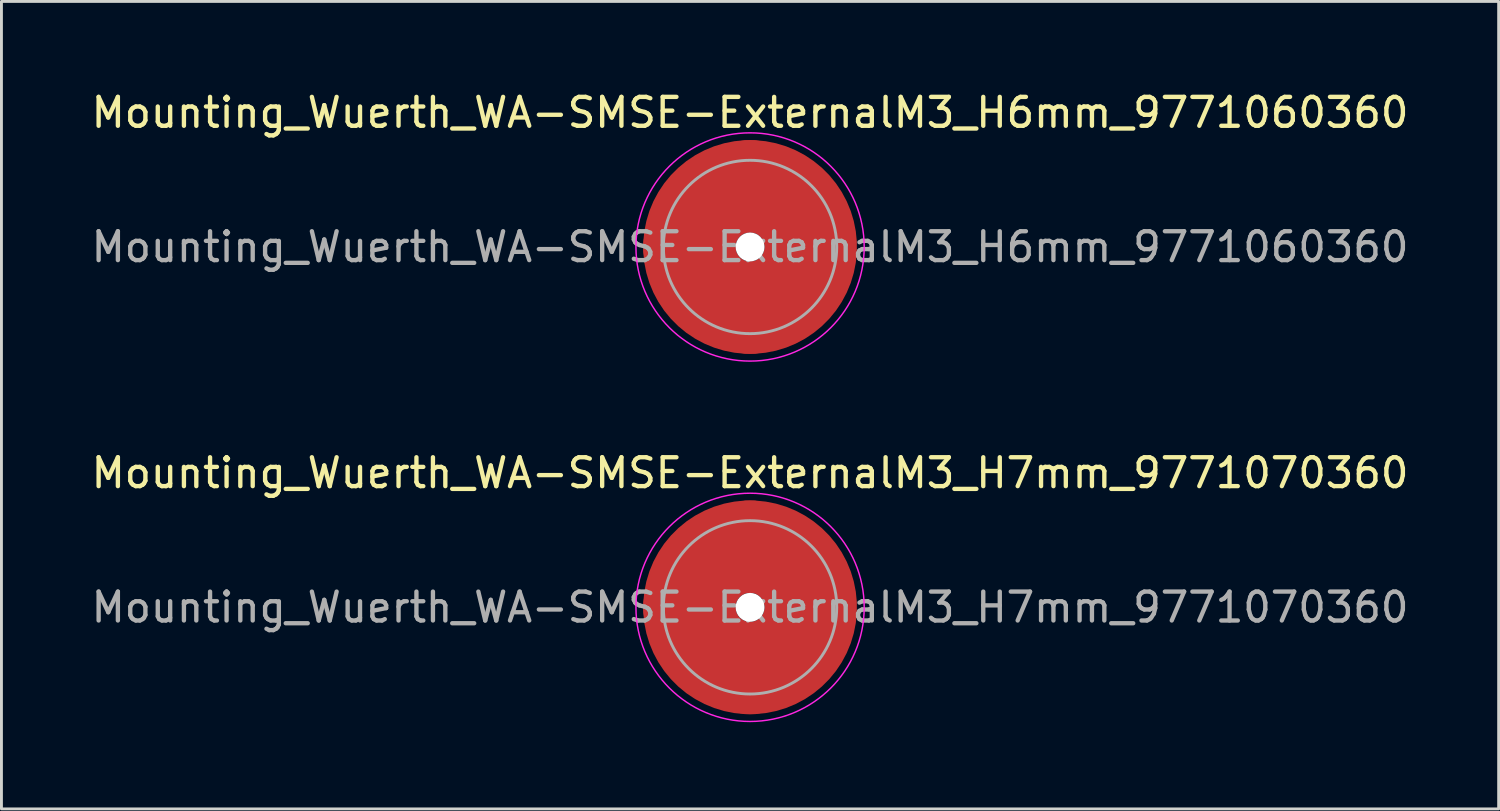
<source format=kicad_pcb>
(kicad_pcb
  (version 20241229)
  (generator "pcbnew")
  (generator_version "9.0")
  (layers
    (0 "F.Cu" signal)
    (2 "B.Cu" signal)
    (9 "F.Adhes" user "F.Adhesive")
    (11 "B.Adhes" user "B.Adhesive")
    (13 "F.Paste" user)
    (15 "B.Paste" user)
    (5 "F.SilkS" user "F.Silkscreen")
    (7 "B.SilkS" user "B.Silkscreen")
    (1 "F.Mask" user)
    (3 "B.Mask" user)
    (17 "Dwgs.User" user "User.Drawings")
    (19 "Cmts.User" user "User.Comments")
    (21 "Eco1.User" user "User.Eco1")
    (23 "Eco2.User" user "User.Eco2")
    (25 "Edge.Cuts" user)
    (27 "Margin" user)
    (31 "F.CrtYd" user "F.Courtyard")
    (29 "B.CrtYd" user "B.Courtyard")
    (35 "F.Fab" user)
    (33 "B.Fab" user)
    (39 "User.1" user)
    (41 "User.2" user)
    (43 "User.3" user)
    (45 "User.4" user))
  (footprint "Mounting_Wuerth_WA-SMSE-ExternalM3_H6mm_9771060360"
    (layer "F.Cu")
    (at 22.911 5.498)
    (property "Reference" "Mounting_Wuerth_WA-SMSE-ExternalM3_H6mm_9771060360" (at 0 -4.65 0) (layer "F.SilkS") (effects (font (size 1 1) (thickness 0.15))))
    (attr smd)
    (fp_circle (center 0 0) (end 3.95 0) (stroke (width 0.05) (type solid)) (fill no) (layer "F.CrtYd"))
    (fp_circle (center 0 0) (end 3 0) (stroke (width 0.1) (type solid)) (fill no) (layer "F.Fab"))
    (fp_text user "${REFERENCE}" (at 0 0 0) (layer "F.Fab") (effects (font (size 1 1) (thickness 0.15))))
    (pad "" smd custom (at 0 -2.1) (size 1.5 1.5) (layers "F.Paste") (options (anchor circle)) (primitives (gr_arc (start -0.305123 1.47) (mid 0 1.4) (end 0.305123 1.47) (width 0.2)) (gr_arc (start -0.493052 1.47) (mid 0 1.3) (end 0.493052 1.47) (width 0.2)) (gr_arc (start -0.642729 1.47) (mid 0 1.2) (end 0.642729 1.47) (width 0.2)) (gr_arc (start -0.776595 1.47) (mid 0 1.1) (end 0.776595 1.47) (width 0.2)) (gr_arc (start -0.901721 1.47) (mid 0 1) (end 0.901721 1.47) (width 0.2)) (gr_arc (start -1.021323 1.47) (mid 0 0.9) (end 1.021323 1.47) (width 0.2)) (gr_arc (start -1.137146 1.47) (mid 0 0.8) (end 1.137146 1.47) (width 0.2)) (gr_arc (start -1.25024 1.47) (mid 0 0.7) (end 1.25024 1.47) (width 0.2)) (gr_arc (start -1.361286 1.47) (mid 0 0.6) (end 1.361286 1.47) (width 0.2)) (gr_arc (start -1.470748 1.47) (mid 0 0.5) (end 1.470748 1.47) (width 0.2)) (gr_arc (start -1.578955 1.47) (mid 0 0.4) (end 1.578955 1.47) (width 0.2)) (gr_arc (start -1.686149 1.47) (mid 0 0.3) (end 1.686149 1.47) (width 0.2)) (gr_arc (start -1.792512 1.47) (mid 0 0.2) (end 1.792512 1.47) (width 0.2)) (gr_arc (start -1.898183 1.47) (mid 0 0.1) (end 1.898183 1.47) (width 0.2)) (gr_arc (start -2.003272 1.47) (mid 0 0) (end 2.003272 1.47) (width 0.2)) (gr_arc (start -2.107866 1.47) (mid 0 -0.1) (end 2.107866 1.47) (width 0.2)) (gr_arc (start -2.212035 1.47) (mid 0 -0.2) (end 2.212035 1.47) (width 0.2)) (gr_arc (start -2.315837 1.47) (mid 0 -0.3) (end 2.315837 1.47) (width 0.2)) (gr_arc (start -2.419318 1.47) (mid 0 -0.4) (end 2.419318 1.47) (width 0.2)) (gr_arc (start -2.522519 1.47) (mid 0 -0.5) (end 2.522519 1.47) (width 0.2)) (gr_arc (start -2.625471 1.47) (mid 0 -0.6) (end 2.625471 1.47) (width 0.2)) (gr_arc (start -2.728205 1.47) (mid 0 -0.7) (end 2.728205 1.47) (width 0.2)) (gr_arc (start -2.830742 1.47) (mid 0 -0.8) (end 2.830742 1.47) (width 0.2)) (gr_arc (start -2.933104 1.47) (mid 0 -0.9) (end 2.933104 1.47) (width 0.2)) (gr_arc (start -3.035309 1.47) (mid 0 -1) (end 3.035309 1.47) (width 0.2)) (gr_arc (start -3.137372 1.47) (mid 0 -1.1) (end 3.137372 1.47) (width 0.2)) (gr_arc (start -3.239305 1.47) (mid 0 -1.2) (end 3.239305 1.47) (width 0.2)) (gr_arc (start -3.341123 1.47) (mid 0 -1.3) (end 3.341123 1.47) (width 0.2)) (gr_arc (start -3.442833 1.47) (mid 0 -1.4) (end 3.442833 1.47) (width 0.2)) (gr_line (start 0.305 1.47) (end 3.443 1.47) (width 0.2)) (gr_line (start -0.305 1.47) (end -3.443 1.47) (width 0.2))))
    (pad "" np_thru_hole circle (at 0 0) (size 1 1) (drill 1) (layers "*.Cu" "*.Mask"))
    (pad "" smd custom (at 0 2.1) (size 1.5 1.5) (layers "F.Paste") (options (anchor circle)) (primitives (gr_arc (start 0.305123 -1.47) (mid 0 -1.4) (end -0.305123 -1.47) (width 0.2)) (gr_arc (start 0.493052 -1.47) (mid 0 -1.3) (end -0.493052 -1.47) (width 0.2)) (gr_arc (start 0.642729 -1.47) (mid 0 -1.2) (end -0.642729 -1.47) (width 0.2)) (gr_arc (start 0.776595 -1.47) (mid 0 -1.1) (end -0.776595 -1.47) (width 0.2)) (gr_arc (start 0.901721 -1.47) (mid 0 -1) (end -0.901721 -1.47) (width 0.2)) (gr_arc (start 1.021323 -1.47) (mid 0 -0.9) (end -1.021323 -1.47) (width 0.2)) (gr_arc (start 1.137146 -1.47) (mid 0 -0.8) (end -1.137146 -1.47) (width 0.2)) (gr_arc (start 1.25024 -1.47) (mid 0 -0.7) (end -1.25024 -1.47) (width 0.2)) (gr_arc (start 1.361286 -1.47) (mid 0 -0.6) (end -1.361286 -1.47) (width 0.2)) (gr_arc (start 1.470748 -1.47) (mid 0 -0.5) (end -1.470748 -1.47) (width 0.2)) (gr_arc (start 1.578955 -1.47) (mid 0 -0.4) (end -1.578955 -1.47) (width 0.2)) (gr_arc (start 1.686149 -1.47) (mid 0 -0.3) (end -1.686149 -1.47) (width 0.2)) (gr_arc (start 1.792512 -1.47) (mid 0 -0.2) (end -1.792512 -1.47) (width 0.2)) (gr_arc (start 1.898183 -1.47) (mid 0 -0.1) (end -1.898183 -1.47) (width 0.2)) (gr_arc (start 2.003272 -1.47) (mid 0 0) (end -2.003272 -1.47) (width 0.2)) (gr_arc (start 2.107866 -1.47) (mid 0 0.1) (end -2.107866 -1.47) (width 0.2)) (gr_arc (start 2.212035 -1.47) (mid 0 0.2) (end -2.212035 -1.47) (width 0.2)) (gr_arc (start 2.315837 -1.47) (mid 0 0.3) (end -2.315837 -1.47) (width 0.2)) (gr_arc (start 2.419318 -1.47) (mid 0 0.4) (end -2.419318 -1.47) (width 0.2)) (gr_arc (start 2.522519 -1.47) (mid 0 0.5) (end -2.522519 -1.47) (width 0.2)) (gr_arc (start 2.625471 -1.47) (mid 0 0.6) (end -2.625471 -1.47) (width 0.2)) (gr_arc (start 2.728205 -1.47) (mid 0 0.7) (end -2.728205 -1.47) (width 0.2)) (gr_arc (start 2.830742 -1.47) (mid 0 0.8) (end -2.830742 -1.47) (width 0.2)) (gr_arc (start 2.933104 -1.47) (mid 0 0.9) (end -2.933104 -1.47) (width 0.2)) (gr_arc (start 3.035309 -1.47) (mid 0 1) (end -3.035309 -1.47) (width 0.2)) (gr_arc (start 3.137372 -1.47) (mid 0 1.1) (end -3.137372 -1.47) (width 0.2)) (gr_arc (start 3.239305 -1.47) (mid 0 1.2) (end -3.239305 -1.47) (width 0.2)) (gr_arc (start 3.341123 -1.47) (mid 0 1.3) (end -3.341123 -1.47) (width 0.2)) (gr_arc (start 3.442833 -1.47) (mid 0 1.4) (end -3.442833 -1.47) (width 0.2)) (gr_line (start -0.305 -1.47) (end -3.443 -1.47) (width 0.2)) (gr_line (start 0.305 -1.47) (end 3.443 -1.47) (width 0.2))))
    (pad "1" smd circle (at -2.1 0) (size 3.2 3.2) (layers "F.Cu"))
    (pad "1" smd circle (at 0 -2.1) (size 3.2 3.2) (layers "F.Cu"))
    (pad "1" smd circle (at 0 2.1) (size 3.2 3.2) (layers "F.Cu"))
    (pad "1" smd custom (at 2.1 0) (size 3.2 3.2) (layers "F.Cu" "F.Mask") (options (anchor circle)) (primitives (gr_circle (center -2.1 0) (end 0 0) (width 3.2) (fill no)))))
  (footprint "Mounting_Wuerth_WA-SMSE-ExternalM3_H7mm_9771070360"
    (layer "F.Cu")
    (at 22.911 17.971)
    (property "Reference" "Mounting_Wuerth_WA-SMSE-ExternalM3_H7mm_9771070360" (at 0 -4.65 0) (layer "F.SilkS") (effects (font (size 1 1) (thickness 0.15))))
    (attr smd)
    (fp_circle (center 0 0) (end 3.95 0) (stroke (width 0.05) (type solid)) (fill no) (layer "F.CrtYd"))
    (fp_circle (center 0 0) (end 3 0) (stroke (width 0.1) (type solid)) (fill no) (layer "F.Fab"))
    (fp_text user "${REFERENCE}" (at 0 0 0) (layer "F.Fab") (effects (font (size 1 1) (thickness 0.15))))
    (pad "" smd custom (at 0 -2.1) (size 1.5 1.5) (layers "F.Paste") (options (anchor circle)) (primitives (gr_arc (start -0.305123 1.47) (mid 0 1.4) (end 0.305123 1.47) (width 0.2)) (gr_arc (start -0.493052 1.47) (mid 0 1.3) (end 0.493052 1.47) (width 0.2)) (gr_arc (start -0.642729 1.47) (mid 0 1.2) (end 0.642729 1.47) (width 0.2)) (gr_arc (start -0.776595 1.47) (mid 0 1.1) (end 0.776595 1.47) (width 0.2)) (gr_arc (start -0.901721 1.47) (mid 0 1) (end 0.901721 1.47) (width 0.2)) (gr_arc (start -1.021323 1.47) (mid 0 0.9) (end 1.021323 1.47) (width 0.2)) (gr_arc (start -1.137146 1.47) (mid 0 0.8) (end 1.137146 1.47) (width 0.2)) (gr_arc (start -1.25024 1.47) (mid 0 0.7) (end 1.25024 1.47) (width 0.2)) (gr_arc (start -1.361286 1.47) (mid 0 0.6) (end 1.361286 1.47) (width 0.2)) (gr_arc (start -1.470748 1.47) (mid 0 0.5) (end 1.470748 1.47) (width 0.2)) (gr_arc (start -1.578955 1.47) (mid 0 0.4) (end 1.578955 1.47) (width 0.2)) (gr_arc (start -1.686149 1.47) (mid 0 0.3) (end 1.686149 1.47) (width 0.2)) (gr_arc (start -1.792512 1.47) (mid 0 0.2) (end 1.792512 1.47) (width 0.2)) (gr_arc (start -1.898183 1.47) (mid 0 0.1) (end 1.898183 1.47) (width 0.2)) (gr_arc (start -2.003272 1.47) (mid 0 0) (end 2.003272 1.47) (width 0.2)) (gr_arc (start -2.107866 1.47) (mid 0 -0.1) (end 2.107866 1.47) (width 0.2)) (gr_arc (start -2.212035 1.47) (mid 0 -0.2) (end 2.212035 1.47) (width 0.2)) (gr_arc (start -2.315837 1.47) (mid 0 -0.3) (end 2.315837 1.47) (width 0.2)) (gr_arc (start -2.419318 1.47) (mid 0 -0.4) (end 2.419318 1.47) (width 0.2)) (gr_arc (start -2.522519 1.47) (mid 0 -0.5) (end 2.522519 1.47) (width 0.2)) (gr_arc (start -2.625471 1.47) (mid 0 -0.6) (end 2.625471 1.47) (width 0.2)) (gr_arc (start -2.728205 1.47) (mid 0 -0.7) (end 2.728205 1.47) (width 0.2)) (gr_arc (start -2.830742 1.47) (mid 0 -0.8) (end 2.830742 1.47) (width 0.2)) (gr_arc (start -2.933104 1.47) (mid 0 -0.9) (end 2.933104 1.47) (width 0.2)) (gr_arc (start -3.035309 1.47) (mid 0 -1) (end 3.035309 1.47) (width 0.2)) (gr_arc (start -3.137372 1.47) (mid 0 -1.1) (end 3.137372 1.47) (width 0.2)) (gr_arc (start -3.239305 1.47) (mid 0 -1.2) (end 3.239305 1.47) (width 0.2)) (gr_arc (start -3.341123 1.47) (mid 0 -1.3) (end 3.341123 1.47) (width 0.2)) (gr_arc (start -3.442833 1.47) (mid 0 -1.4) (end 3.442833 1.47) (width 0.2)) (gr_line (start 0.305 1.47) (end 3.443 1.47) (width 0.2)) (gr_line (start -0.305 1.47) (end -3.443 1.47) (width 0.2))))
    (pad "" np_thru_hole circle (at 0 0) (size 1 1) (drill 1) (layers "*.Cu" "*.Mask"))
    (pad "" smd custom (at 0 2.1) (size 1.5 1.5) (layers "F.Paste") (options (anchor circle)) (primitives (gr_arc (start 0.305123 -1.47) (mid 0 -1.4) (end -0.305123 -1.47) (width 0.2)) (gr_arc (start 0.493052 -1.47) (mid 0 -1.3) (end -0.493052 -1.47) (width 0.2)) (gr_arc (start 0.642729 -1.47) (mid 0 -1.2) (end -0.642729 -1.47) (width 0.2)) (gr_arc (start 0.776595 -1.47) (mid 0 -1.1) (end -0.776595 -1.47) (width 0.2)) (gr_arc (start 0.901721 -1.47) (mid 0 -1) (end -0.901721 -1.47) (width 0.2)) (gr_arc (start 1.021323 -1.47) (mid 0 -0.9) (end -1.021323 -1.47) (width 0.2)) (gr_arc (start 1.137146 -1.47) (mid 0 -0.8) (end -1.137146 -1.47) (width 0.2)) (gr_arc (start 1.25024 -1.47) (mid 0 -0.7) (end -1.25024 -1.47) (width 0.2)) (gr_arc (start 1.361286 -1.47) (mid 0 -0.6) (end -1.361286 -1.47) (width 0.2)) (gr_arc (start 1.470748 -1.47) (mid 0 -0.5) (end -1.470748 -1.47) (width 0.2)) (gr_arc (start 1.578955 -1.47) (mid 0 -0.4) (end -1.578955 -1.47) (width 0.2)) (gr_arc (start 1.686149 -1.47) (mid 0 -0.3) (end -1.686149 -1.47) (width 0.2)) (gr_arc (start 1.792512 -1.47) (mid 0 -0.2) (end -1.792512 -1.47) (width 0.2)) (gr_arc (start 1.898183 -1.47) (mid 0 -0.1) (end -1.898183 -1.47) (width 0.2)) (gr_arc (start 2.003272 -1.47) (mid 0 0) (end -2.003272 -1.47) (width 0.2)) (gr_arc (start 2.107866 -1.47) (mid 0 0.1) (end -2.107866 -1.47) (width 0.2)) (gr_arc (start 2.212035 -1.47) (mid 0 0.2) (end -2.212035 -1.47) (width 0.2)) (gr_arc (start 2.315837 -1.47) (mid 0 0.3) (end -2.315837 -1.47) (width 0.2)) (gr_arc (start 2.419318 -1.47) (mid 0 0.4) (end -2.419318 -1.47) (width 0.2)) (gr_arc (start 2.522519 -1.47) (mid 0 0.5) (end -2.522519 -1.47) (width 0.2)) (gr_arc (start 2.625471 -1.47) (mid 0 0.6) (end -2.625471 -1.47) (width 0.2)) (gr_arc (start 2.728205 -1.47) (mid 0 0.7) (end -2.728205 -1.47) (width 0.2)) (gr_arc (start 2.830742 -1.47) (mid 0 0.8) (end -2.830742 -1.47) (width 0.2)) (gr_arc (start 2.933104 -1.47) (mid 0 0.9) (end -2.933104 -1.47) (width 0.2)) (gr_arc (start 3.035309 -1.47) (mid 0 1) (end -3.035309 -1.47) (width 0.2)) (gr_arc (start 3.137372 -1.47) (mid 0 1.1) (end -3.137372 -1.47) (width 0.2)) (gr_arc (start 3.239305 -1.47) (mid 0 1.2) (end -3.239305 -1.47) (width 0.2)) (gr_arc (start 3.341123 -1.47) (mid 0 1.3) (end -3.341123 -1.47) (width 0.2)) (gr_arc (start 3.442833 -1.47) (mid 0 1.4) (end -3.442833 -1.47) (width 0.2)) (gr_line (start -0.305 -1.47) (end -3.443 -1.47) (width 0.2)) (gr_line (start 0.305 -1.47) (end 3.443 -1.47) (width 0.2))))
    (pad "1" smd circle (at -2.1 0) (size 3.2 3.2) (layers "F.Cu"))
    (pad "1" smd circle (at 0 -2.1) (size 3.2 3.2) (layers "F.Cu"))
    (pad "1" smd circle (at 0 2.1) (size 3.2 3.2) (layers "F.Cu"))
    (pad "1" smd custom (at 2.1 0) (size 3.2 3.2) (layers "F.Cu" "F.Mask") (options (anchor circle)) (primitives (gr_circle (center -2.1 0) (end 0 0) (width 3.2) (fill no)))))
  (gr_rect
    (start -3 -3)
    (end 48.821 24.947)
    (stroke (width 0.1) (type default))
    (fill no)
    (layer "Edge.Cuts")))
</source>
